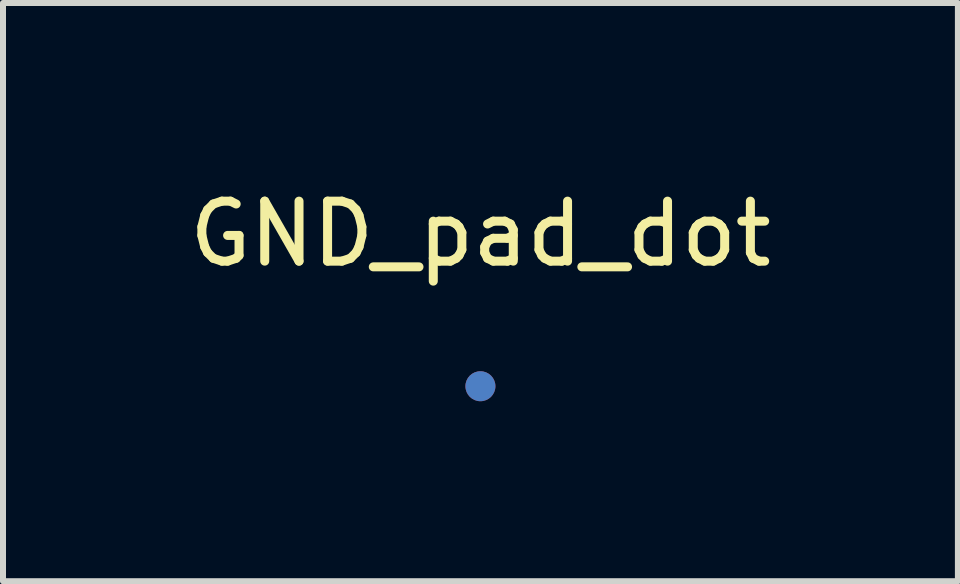
<source format=kicad_pcb>
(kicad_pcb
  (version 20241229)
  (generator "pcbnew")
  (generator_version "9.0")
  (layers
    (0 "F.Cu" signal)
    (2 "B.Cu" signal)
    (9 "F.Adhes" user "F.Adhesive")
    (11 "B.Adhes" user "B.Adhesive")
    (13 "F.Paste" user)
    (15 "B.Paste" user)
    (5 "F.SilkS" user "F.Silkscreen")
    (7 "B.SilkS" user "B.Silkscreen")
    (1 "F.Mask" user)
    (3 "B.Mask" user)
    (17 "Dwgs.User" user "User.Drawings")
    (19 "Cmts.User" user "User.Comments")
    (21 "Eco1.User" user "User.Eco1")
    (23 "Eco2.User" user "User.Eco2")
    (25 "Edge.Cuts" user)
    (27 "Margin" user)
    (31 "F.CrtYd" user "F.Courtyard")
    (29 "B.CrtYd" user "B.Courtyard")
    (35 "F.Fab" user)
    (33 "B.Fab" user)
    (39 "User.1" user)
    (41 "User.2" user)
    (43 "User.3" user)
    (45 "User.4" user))
  (footprint "GND_pad_dot"
    (layer "F.Cu")
    (at 4.958 3.388)
    (property "Reference" "GND_pad_dot" (at 0 -2.54 0) (layer "F.SilkS") (effects (font (size 1 1) (thickness 0.15))))
    (attr through_hole)
    (pad "1" smd circle (at 0 0) (size 0.5 0.5) (layers "F.Cu"))
    (pad "2" smd circle (at 0 0) (size 0.5 0.5) (layers "B.Cu")))
  (gr_rect
    (start -3 -3)
    (end 12.917 6.638)
    (stroke (width 0.1) (type default))
    (fill no)
    (layer "Edge.Cuts")))
</source>
